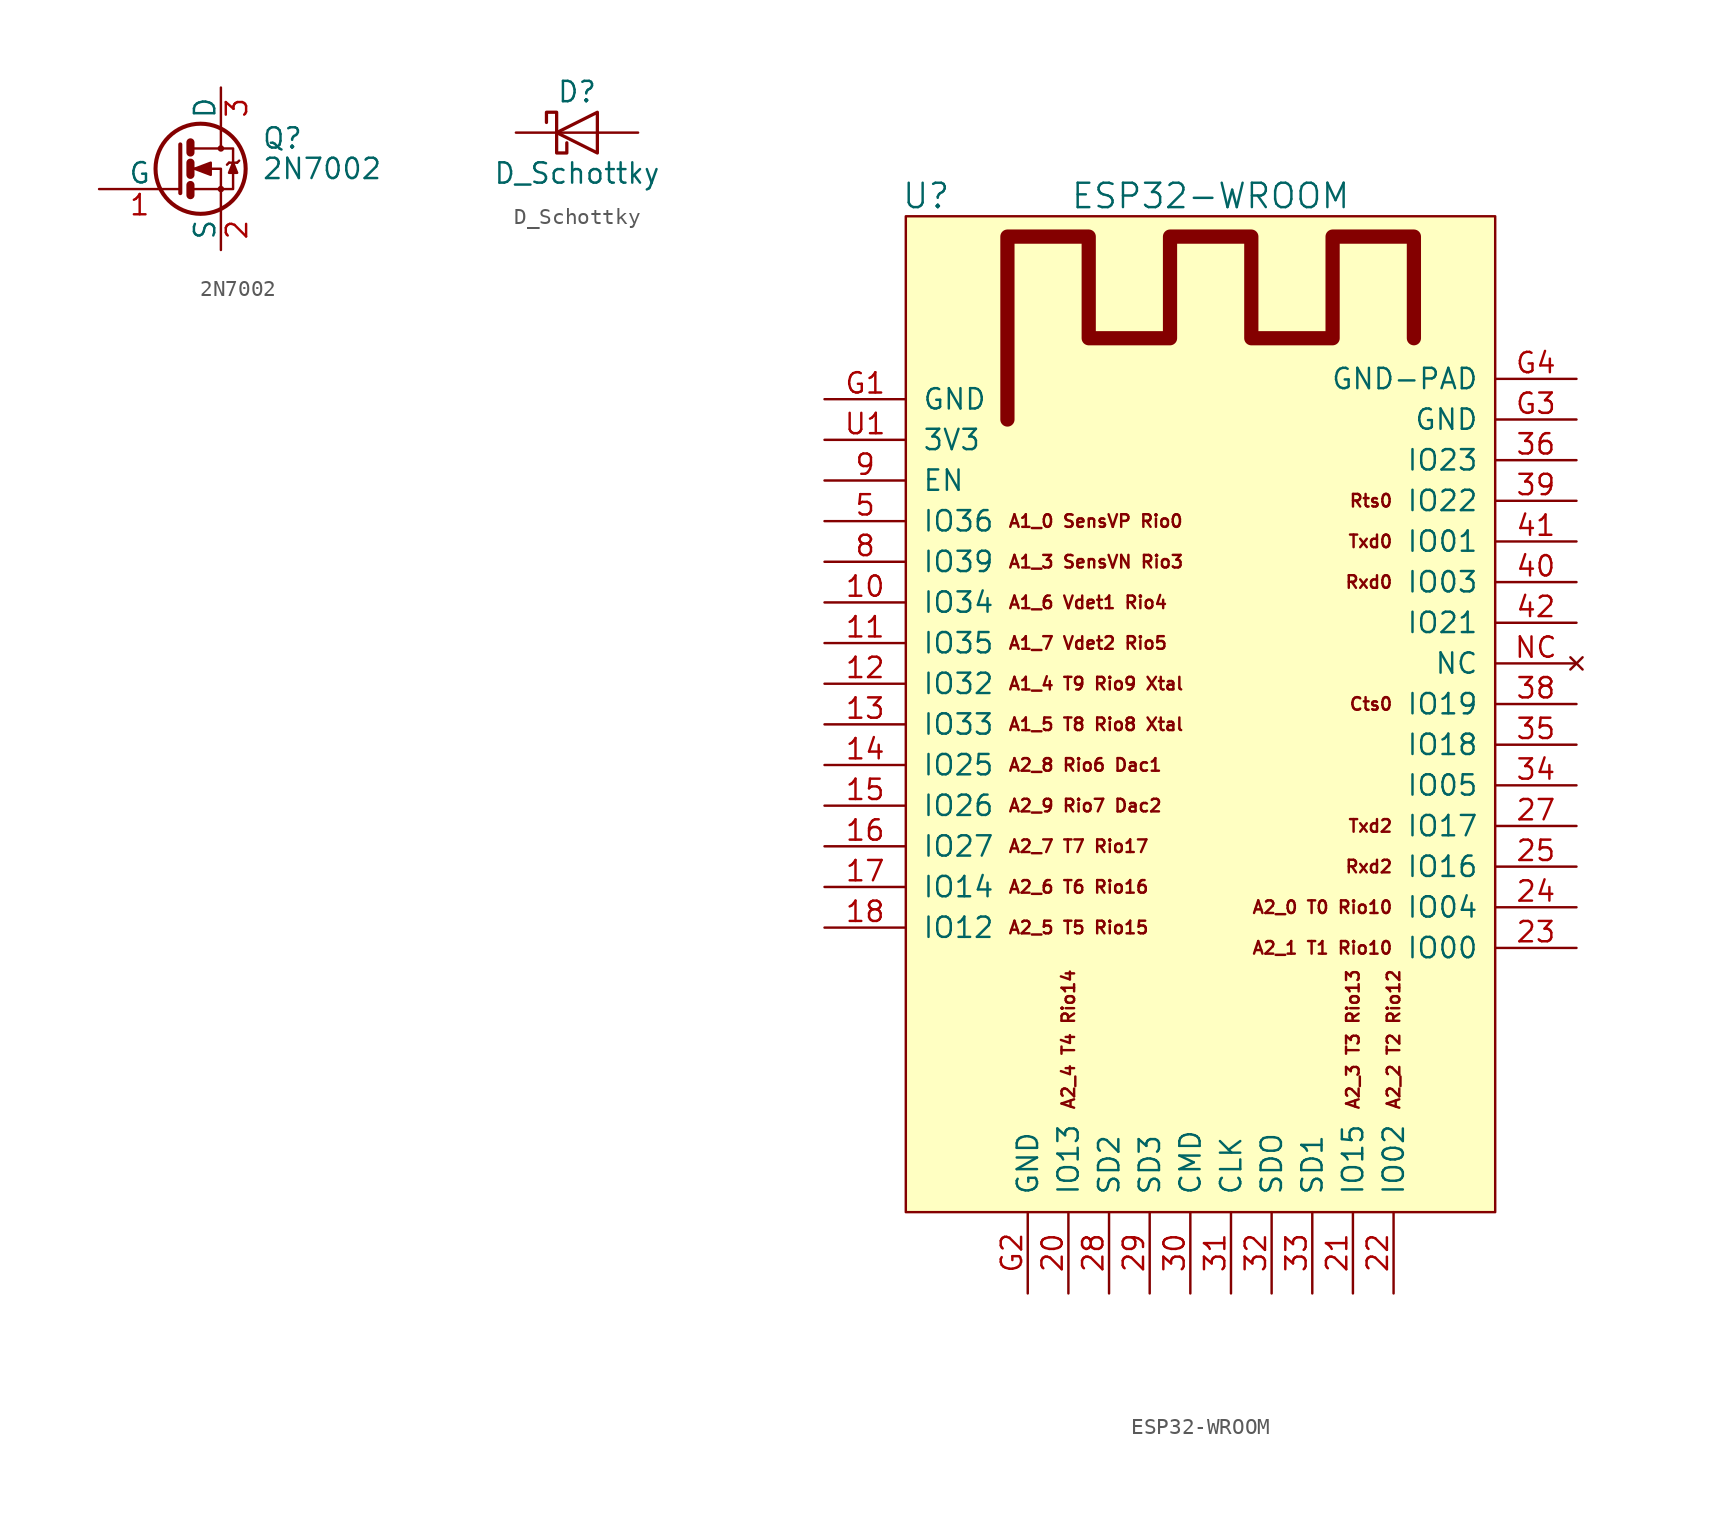
<source format=kicad_sym>
(kicad_symbol_lib
  (version 20220126)
  (generator kicad_symbol_editor)
  (symbol "2N7002"
    (pin_names
      (offset 0))
    (property "Reference" "Q"
      (at 5.08 1.905 0)
      (effects (font (size 1.27 1.27)) (justify left)))
    (property "Value" "2N7002"
      (at 5.08 0 0)
      (effects (font (size 1.27 1.27)) (justify left)))
    (symbol "2N7002_0_1"
      (polyline (pts (xy 0.635 -1.016) (xy 0.635 -1.651)) (stroke (width 0.508) (type default)) (fill (type none)))
      (polyline (pts (xy 0.635 0.381) (xy 0.635 -0.381)) (stroke (width 0.508) (type default)) (fill (type none)))
      (polyline (pts (xy 0.635 1.651) (xy 0.635 1.016)) (stroke (width 0.508) (type default)) (fill (type none)))
      (polyline (pts (xy 3.048 0.381) (xy 2.921 0.254)) (stroke (width 0) (type default)) (fill (type none)))
      (polyline (pts (xy 3.048 0.381) (xy 3.556 0.381)) (stroke (width 0) (type default)) (fill (type none)))
      (polyline (pts (xy 3.556 0.381) (xy 3.683 0.508)) (stroke (width 0) (type default)) (fill (type none)))
      (polyline (pts (xy 0 1.524) (xy 0 -1.524) (xy 0 -1.524)) (stroke (width 0.254) (type default)) (fill (type none)))
      (polyline (pts (xy 0.762 -1.27) (xy 2.54 -1.27) (xy 2.54 -2.54) (xy 2.54 -2.54)) (stroke (width 0) (type default)) (fill (type none)))
      (polyline (pts (xy 0.762 1.27) (xy 2.54 1.27) (xy 2.54 2.54) (xy 2.54 2.54)) (stroke (width 0) (type default)) (fill (type none)))
      (polyline (pts (xy 2.54 1.27) (xy 3.302 1.27) (xy 3.302 -1.27) (xy 2.54 -1.27)) (stroke (width 0) (type default)) (fill (type none)))
      (polyline (pts (xy 3.302 0.381) (xy 3.048 -0.254) (xy 3.556 -0.254) (xy 3.302 0.381)) (stroke (width 0) (type default)) (fill (type outline)))
      (polyline (pts (xy 0.762 0) (xy 1.27 0) (xy 2.54 0) (xy 2.54 -1.27) (xy 2.54 -1.27)) (stroke (width 0) (type default)) (fill (type none)))
      (polyline (pts (xy 0.889 0) (xy 1.905 0.381) (xy 1.905 -0.381) (xy 0.889 0) (xy 1.016 0) (xy 1.016 0)) (stroke (width 0) (type default)) (fill (type outline)))
      (circle (center 1.27 0) (radius 2.819) (stroke (width 0.254) (type default)) (fill (type none)))
      (circle (center 2.54 -1.27) (radius 0.127) (stroke (width 0) (type default)) (fill (type none)))
      (circle (center 2.54 1.27) (radius 0.127) (stroke (width 0) (type default)) (fill (type none))))
    (symbol "2N7002_1_1"
      (pin passive line (at -5.08 -1.27 0) (length 5.08) (name "G" (effects (font (size 1.27 1.27)))) (number "1" (effects (font (size 1.27 1.27)))))
      (pin passive line (at 2.54 -5.08 90) (length 2.54) (name "S" (effects (font (size 1.27 1.27)))) (number "2" (effects (font (size 1.27 1.27)))))
      (pin passive line (at 2.54 5.08 270) (length 2.54) (name "D" (effects (font (size 1.27 1.27)))) (number "3" (effects (font (size 1.27 1.27)))))))
  (symbol "D_Schottky"
    (pin_numbers hide)
    (pin_names
      (offset 1.016) hide)
    (property "Reference" "D"
      (at 0 2.54 0)
      (effects (font (size 1.27 1.27))))
    (property "Value" "D_Schottky"
      (at 0 -2.54 0)
      (effects (font (size 1.27 1.27))))
    (symbol "D_Schottky_0_1"
      (polyline (pts (xy 1.27 0) (xy -1.27 0)) (stroke (width 0) (type default)) (fill (type none)))
      (polyline (pts (xy 1.27 1.27) (xy 1.27 -1.27) (xy -1.27 0) (xy 1.27 1.27)) (stroke (width 0.203) (type default)) (fill (type none)))
      (polyline (pts (xy -1.905 0.635) (xy -1.905 1.27) (xy -1.27 1.27) (xy -1.27 -1.27) (xy -0.635 -1.27) (xy -0.635 -0.635)) (stroke (width 0.203) (type default)) (fill (type none))))
    (symbol "D_Schottky_1_1"
      (pin passive line (at -3.81 0 0) (length 2.54) (name "K" (effects (font (size 1.27 1.27)))) (number "1" (effects (font (size 1.27 1.27)))))
      (pin passive line (at 3.81 0 180) (length 2.54) (name "A" (effects (font (size 1.27 1.27)))) (number "2" (effects (font (size 1.27 1.27)))))))
  (symbol "ESP32-WROOM"
    (pin_names
      (offset 1.016))
    (property "Reference" "U"
      (at -17.78 30.48 0)
      (effects (font (size 1.524 1.524))))
    (property "Value" "ESP32-WROOM"
      (at 0 30.48 0)
      (effects (font (size 1.524 1.524))))
    (symbol "ESP32-WROOM_0_0"
      (rectangle (start -19.05 29.21) (end 17.78 -33.02) (stroke (width 0) (type default)) (fill (type background)))
      (text "A1_0 SensVP Rio0" (at -12.7 10.16 0) (effects (font (size 0.787 0.787)) (justify left)))
      (text "A1_3 SensVN Rio3" (at -12.7 7.62 0) (effects (font (size 0.787 0.787)) (justify left)))
      (text "A1_4 T9 Rio9 Xtal" (at -12.7 0 0) (effects (font (size 0.787 0.787)) (justify left)))
      (text "A1_5 T8 Rio8 Xtal" (at -12.7 -2.54 0) (effects (font (size 0.787 0.787)) (justify left)))
      (text "A1_6 Vdet1 Rio4" (at -12.7 5.08 0) (effects (font (size 0.787 0.787)) (justify left)))
      (text "A1_7 Vdet2 Rio5" (at -12.7 2.54 0) (effects (font (size 0.787 0.787)) (justify left)))
      (text "A2_0 T0 Rio10" (at 11.43 -13.97 0) (effects (font (size 0.787 0.787)) (justify right)))
      (text "A2_1 T1 Rio10" (at 11.43 -16.51 0) (effects (font (size 0.787 0.787)) (justify right)))
      (text "A2_2 T2 Rio12" (at 11.43 -26.67 900) (effects (font (size 0.787 0.787)) (justify left)))
      (text "A2_3 T3 Rio13" (at 8.89 -26.67 900) (effects (font (size 0.787 0.787)) (justify left)))
      (text "A2_4 T4 Rio14" (at -8.89 -26.67 900) (effects (font (size 0.787 0.787)) (justify left)))
      (text "A2_5 T5 Rio15" (at -12.7 -15.24 0) (effects (font (size 0.787 0.787)) (justify left)))
      (text "A2_6 T6 Rio16" (at -12.7 -12.7 0) (effects (font (size 0.787 0.787)) (justify left)))
      (text "A2_7 T7 Rio17" (at -12.7 -10.16 0) (effects (font (size 0.787 0.787)) (justify left)))
      (text "A2_8 Rio6 Dac1" (at -12.7 -5.08 0) (effects (font (size 0.787 0.787)) (justify left)))
      (text "A2_9 Rio7 Dac2" (at -12.7 -7.62 0) (effects (font (size 0.787 0.787)) (justify left)))
      (text "Cts0" (at 11.43 -1.27 0) (effects (font (size 0.787 0.787)) (justify right)))
      (text "Rts0" (at 11.43 11.43 0) (effects (font (size 0.787 0.787)) (justify right)))
      (text "Rxd0" (at 11.43 6.35 0) (effects (font (size 0.787 0.787)) (justify right)))
      (text "Rxd2" (at 11.43 -11.43 0) (effects (font (size 0.787 0.787)) (justify right)))
      (text "Txd0" (at 11.43 8.89 0) (effects (font (size 0.787 0.787)) (justify right)))
      (text "Txd2" (at 11.43 -8.89 0) (effects (font (size 0.787 0.787)) (justify right))))
    (symbol "ESP32-WROOM_0_1"
      (polyline (pts (xy -12.7 16.51) (xy -12.7 27.94) (xy -7.62 27.94) (xy -7.62 21.59) (xy -2.54 21.59) (xy -2.54 27.94) (xy 2.54 27.94) (xy 2.54 21.59) (xy 7.62 21.59) (xy 7.62 27.94) (xy 12.7 27.94) (xy 12.7 21.59)) (stroke (width 0.889) (type default)) (fill (type none))))
    (symbol "ESP32-WROOM_1_1"
      (pin bidirectional line (at -24.13 5.08 0) (length 5.08) (name "IO34" (effects (font (size 1.27 1.27)))) (number "10" (effects (font (size 1.27 1.27)))))
      (pin bidirectional line (at -24.13 2.54 0) (length 5.08) (name "IO35" (effects (font (size 1.27 1.27)))) (number "11" (effects (font (size 1.27 1.27)))))
      (pin bidirectional line (at -24.13 0 0) (length 5.08) (name "IO32" (effects (font (size 1.27 1.27)))) (number "12" (effects (font (size 1.27 1.27)))))
      (pin bidirectional line (at -24.13 -2.54 0) (length 5.08) (name "IO33" (effects (font (size 1.27 1.27)))) (number "13" (effects (font (size 1.27 1.27)))))
      (pin bidirectional line (at -24.13 -5.08 0) (length 5.08) (name "IO25" (effects (font (size 1.27 1.27)))) (number "14" (effects (font (size 1.27 1.27)))))
      (pin bidirectional line (at -24.13 -7.62 0) (length 5.08) (name "IO26" (effects (font (size 1.27 1.27)))) (number "15" (effects (font (size 1.27 1.27)))))
      (pin bidirectional line (at -24.13 -10.16 0) (length 5.08) (name "IO27" (effects (font (size 1.27 1.27)))) (number "16" (effects (font (size 1.27 1.27)))))
      (pin bidirectional line (at -24.13 -12.7 0) (length 5.08) (name "IO14" (effects (font (size 1.27 1.27)))) (number "17" (effects (font (size 1.27 1.27)))))
      (pin bidirectional line (at -24.13 -15.24 0) (length 5.08) (name "IO12" (effects (font (size 1.27 1.27)))) (number "18" (effects (font (size 1.27 1.27)))))
      (pin bidirectional line (at -8.89 -38.1 90) (length 5.08) (name "IO13" (effects (font (size 1.27 1.27)))) (number "20" (effects (font (size 1.27 1.27)))))
      (pin bidirectional line (at 8.89 -38.1 90) (length 5.08) (name "IO15" (effects (font (size 1.27 1.27)))) (number "21" (effects (font (size 1.27 1.27)))))
      (pin bidirectional line (at 11.43 -38.1 90) (length 5.08) (name "IO02" (effects (font (size 1.27 1.27)))) (number "22" (effects (font (size 1.27 1.27)))))
      (pin bidirectional line (at 22.86 -16.51 180) (length 5.08) (name "IO00" (effects (font (size 1.27 1.27)))) (number "23" (effects (font (size 1.27 1.27)))))
      (pin input line (at 22.86 -13.97 180) (length 5.08) (name "IO04" (effects (font (size 1.27 1.27)))) (number "24" (effects (font (size 1.27 1.27)))))
      (pin bidirectional line (at 22.86 -11.43 180) (length 5.08) (name "IO16" (effects (font (size 1.27 1.27)))) (number "25" (effects (font (size 1.27 1.27)))))
      (pin bidirectional line (at 22.86 -8.89 180) (length 5.08) (name "IO17" (effects (font (size 1.27 1.27)))) (number "27" (effects (font (size 1.27 1.27)))))
      (pin bidirectional line (at -6.35 -38.1 90) (length 5.08) (name "SD2" (effects (font (size 1.27 1.27)))) (number "28" (effects (font (size 1.27 1.27)))))
      (pin bidirectional line (at -3.81 -38.1 90) (length 5.08) (name "SD3" (effects (font (size 1.27 1.27)))) (number "29" (effects (font (size 1.27 1.27)))))
      (pin bidirectional line (at -1.27 -38.1 90) (length 5.08) (name "CMD" (effects (font (size 1.27 1.27)))) (number "30" (effects (font (size 1.27 1.27)))))
      (pin input line (at 1.27 -38.1 90) (length 5.08) (name "CLK" (effects (font (size 1.27 1.27)))) (number "31" (effects (font (size 1.27 1.27)))))
      (pin bidirectional line (at 3.81 -38.1 90) (length 5.08) (name "SDO" (effects (font (size 1.27 1.27)))) (number "32" (effects (font (size 1.27 1.27)))))
      (pin bidirectional line (at 6.35 -38.1 90) (length 5.08) (name "SD1" (effects (font (size 1.27 1.27)))) (number "33" (effects (font (size 1.27 1.27)))))
      (pin bidirectional line (at 22.86 -6.35 180) (length 5.08) (name "IO05" (effects (font (size 1.27 1.27)))) (number "34" (effects (font (size 1.27 1.27)))))
      (pin input line (at 22.86 -3.81 180) (length 5.08) (name "IO18" (effects (font (size 1.27 1.27)))) (number "35" (effects (font (size 1.27 1.27)))))
      (pin bidirectional line (at 22.86 13.97 180) (length 5.08) (name "IO23" (effects (font (size 1.27 1.27)))) (number "36" (effects (font (size 1.27 1.27)))))
      (pin bidirectional line (at 22.86 -1.27 180) (length 5.08) (name "IO19" (effects (font (size 1.27 1.27)))) (number "38" (effects (font (size 1.27 1.27)))))
      (pin bidirectional line (at 22.86 11.43 180) (length 5.08) (name "IO22" (effects (font (size 1.27 1.27)))) (number "39" (effects (font (size 1.27 1.27)))))
      (pin bidirectional line (at 22.86 6.35 180) (length 5.08) (name "IO03" (effects (font (size 1.27 1.27)))) (number "40" (effects (font (size 1.27 1.27)))))
      (pin bidirectional line (at 22.86 8.89 180) (length 5.08) (name "IO01" (effects (font (size 1.27 1.27)))) (number "41" (effects (font (size 1.27 1.27)))))
      (pin bidirectional line (at 22.86 3.81 180) (length 5.08) (name "IO21" (effects (font (size 1.27 1.27)))) (number "42" (effects (font (size 1.27 1.27)))))
      (pin input line (at -24.13 10.16 0) (length 5.08) (name "IO36" (effects (font (size 1.27 1.27)))) (number "5" (effects (font (size 1.27 1.27)))))
      (pin input line (at -24.13 7.62 0) (length 5.08) (name "IO39" (effects (font (size 1.27 1.27)))) (number "8" (effects (font (size 1.27 1.27)))))
      (pin input line (at -24.13 12.7 0) (length 5.08) (name "EN" (effects (font (size 1.27 1.27)))) (number "9" (effects (font (size 1.27 1.27)))))
      (pin power_in line (at -24.13 17.78 0) (length 5.08) (name "GND" (effects (font (size 1.27 1.27)))) (number "G1" (effects (font (size 1.27 1.27)))))
      (pin power_in line (at -11.43 -38.1 90) (length 5.08) (name "GND" (effects (font (size 1.27 1.27)))) (number "G2" (effects (font (size 1.27 1.27)))))
      (pin power_in line (at 22.86 16.51 180) (length 5.08) (name "GND" (effects (font (size 1.27 1.27)))) (number "G3" (effects (font (size 1.27 1.27)))))
      (pin power_in line (at 22.86 19.05 180) (length 5.08) (name "GND-PAD" (effects (font (size 1.27 1.27)))) (number "G4" (effects (font (size 1.27 1.27)))))
      (pin no_connect line (at 22.86 1.27 180) (length 5.08) (name "NC" (effects (font (size 1.27 1.27)))) (number "NC" (effects (font (size 1.27 1.27)))))
      (pin power_in line (at -24.13 15.24 0) (length 5.08) (name "3V3" (effects (font (size 1.27 1.27)))) (number "U1" (effects (font (size 1.27 1.27))))))))
</source>
